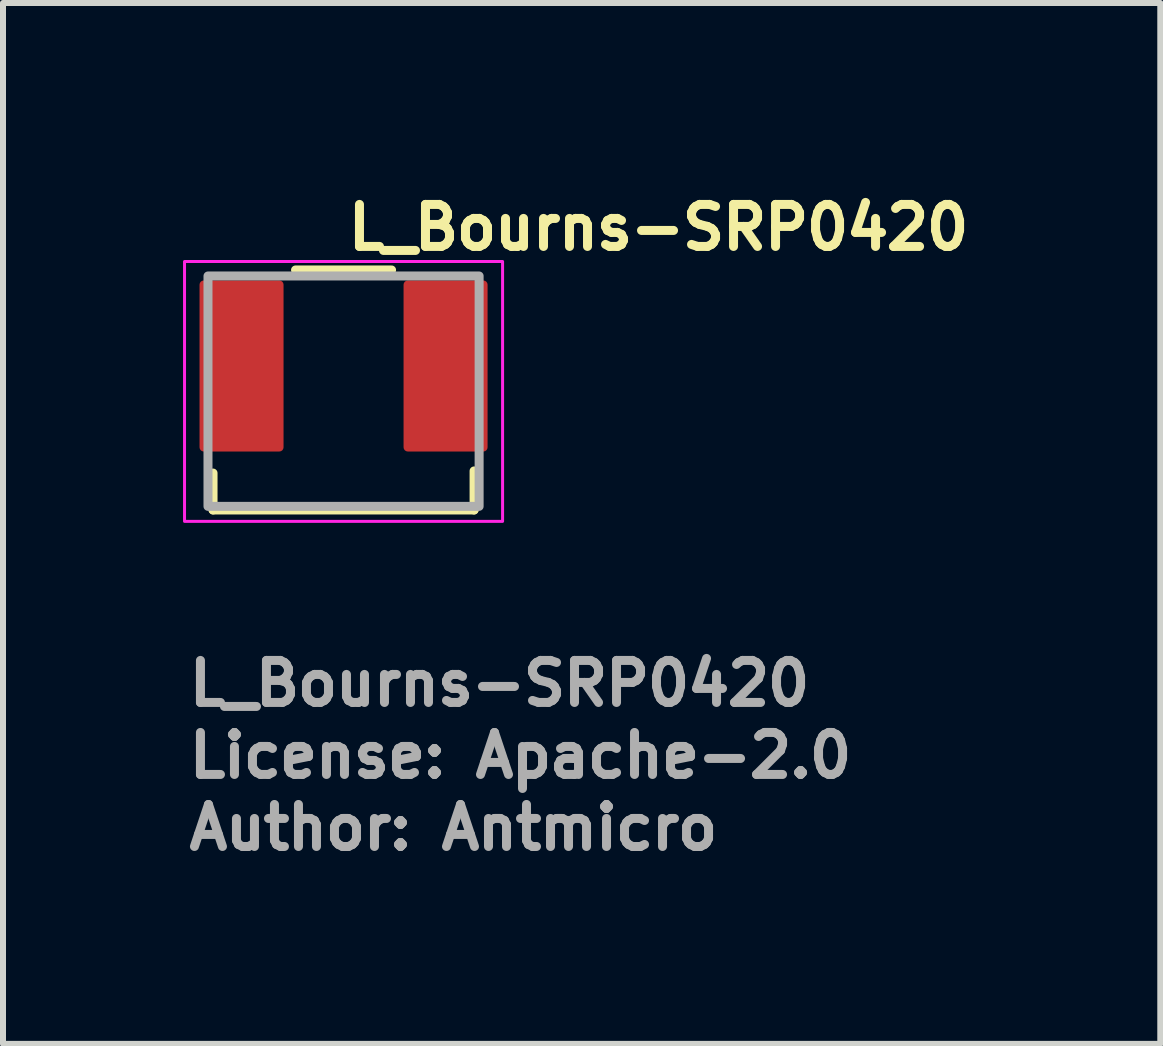
<source format=kicad_pcb>
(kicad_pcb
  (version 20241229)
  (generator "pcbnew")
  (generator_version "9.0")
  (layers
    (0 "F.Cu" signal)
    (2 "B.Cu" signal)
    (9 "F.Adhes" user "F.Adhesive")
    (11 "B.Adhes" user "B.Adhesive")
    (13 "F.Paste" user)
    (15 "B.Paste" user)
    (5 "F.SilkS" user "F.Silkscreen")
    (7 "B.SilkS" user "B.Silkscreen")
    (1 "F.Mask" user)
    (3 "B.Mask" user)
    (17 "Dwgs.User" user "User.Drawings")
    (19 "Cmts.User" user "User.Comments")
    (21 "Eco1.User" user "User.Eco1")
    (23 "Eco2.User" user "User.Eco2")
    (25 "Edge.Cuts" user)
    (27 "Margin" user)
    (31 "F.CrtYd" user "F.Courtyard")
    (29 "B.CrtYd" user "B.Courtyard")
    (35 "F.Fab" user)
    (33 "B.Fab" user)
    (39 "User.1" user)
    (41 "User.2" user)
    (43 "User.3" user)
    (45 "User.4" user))
  (footprint "L_Bourns-SRP0420"
    (layer "F.Cu")
    (at 2.675 3.468)
    (property "Reference" "L_Bourns-SRP0420" (at 0 -2.318 0) (layer "F.SilkS") (effects (font (size 0.7 0.7) (thickness 0.15)) (justify left bottom)))
    (attr smd)
    (fp_line (start -2.175 1.98) (end -2.175 1.365) (stroke (width 0.15) (type solid)) (layer "F.SilkS"))
    (fp_line (start -2.175 1.98) (end 2.175 1.98) (stroke (width 0.15) (type solid)) (layer "F.SilkS"))
    (fp_line (start 0.8 -2.019) (end -0.8 -2.019) (stroke (width 0.15) (type solid)) (layer "F.SilkS"))
    (fp_line (start 2.175 1.98) (end 2.175 1.33) (stroke (width 0.15) (type solid)) (layer "F.SilkS"))
    (fp_rect (start -2.65 -2.16) (end 2.65 2.17) (stroke (width 0.05) (type solid)) (fill no) (layer "F.CrtYd"))
    (fp_rect (start -2.259 -1.919) (end 2.259 1.92) (stroke (width 0.15) (type solid)) (fill no) (layer "F.Fab"))
    (fp_rect (start -2.259 -1.92) (end 2.259 1.92) (stroke (width 0.1) (type solid)) (fill no) (layer "User.5"))
    (fp_line (start -2.259 -1.704) (end -1.139 -1.704) (stroke (width 0.02) (type solid)) (layer "User.9"))
    (fp_line (start -2.259 0.865) (end -2.259 -1.704) (stroke (width 0.02) (type solid)) (layer "User.9"))
    (fp_line (start -2.259 0.865) (end -2.05 0.865) (stroke (width 0.02) (type solid)) (layer "User.9"))
    (fp_line (start -2.05 -1.118) (end -2.05 1.92) (stroke (width 0.02) (type solid)) (layer "User.9"))
    (fp_line (start -2.05 1.92) (end 2.05 1.92) (stroke (width 0.02) (type solid)) (layer "User.9"))
    (fp_line (start -1.5 -1.118) (end -2.05 -1.118) (stroke (width 0.02) (type solid)) (layer "User.9"))
    (fp_line (start -1.139 -1.695) (end -1.139 -1.704) (stroke (width 0.02) (type solid)) (layer "User.9"))
    (fp_line (start -1 -1.919) (end -1.5 -1.118) (stroke (width 0.02) (type solid)) (layer "User.9"))
    (fp_line (start 1 -1.919) (end -1 -1.919) (stroke (width 0.02) (type solid)) (layer "User.9"))
    (fp_line (start 1.139 -1.704) (end 2.259 -1.704) (stroke (width 0.02) (type solid)) (layer "User.9"))
    (fp_line (start 1.139 -1.695) (end 1.139 -1.704) (stroke (width 0.02) (type solid)) (layer "User.9"))
    (fp_line (start 1.5 -1.118) (end 1 -1.919) (stroke (width 0.02) (type solid)) (layer "User.9"))
    (fp_line (start 2.05 -1.118) (end 1.5 -1.118) (stroke (width 0.02) (type solid)) (layer "User.9"))
    (fp_line (start 2.05 0.865) (end 2.259 0.865) (stroke (width 0.02) (type solid)) (layer "User.9"))
    (fp_line (start 2.05 1.92) (end 2.05 -1.118) (stroke (width 0.02) (type solid)) (layer "User.9"))
    (fp_line (start 2.259 0.865) (end 2.259 -1.704) (stroke (width 0.02) (type solid)) (layer "User.9"))
    (fp_text user "${REFERENCE}" (at -2.65 5.281 0) (layer "F.Fab") (effects (font (size 0.7 0.7) (thickness 0.15)) (justify left bottom)))
    (fp_text user "License: Apache-2.0" (at -2.65 6.481 0) (layer "F.Fab") (effects (font (size 0.7 0.7) (thickness 0.15)) (justify left bottom)))
    (fp_text user "Author: Antmicro" (at -2.65 7.681 0) (layer "F.Fab") (effects (font (size 0.7 0.7) (thickness 0.15)) (justify left bottom)))
    (pad "1" smd roundrect (at -1.7 -0.419) (size 1.4 2.85) (layers "F.Cu" "F.Mask" "F.Paste") (roundrect_rratio 0.05))
    (pad "2" smd roundrect (at 1.7 -0.419) (size 1.4 2.85) (layers "F.Cu" "F.Mask" "F.Paste") (roundrect_rratio 0.05)))
  (gr_rect
    (start -3 -3)
    (end 16.285 14.345)
    (stroke (width 0.1) (type default))
    (fill no)
    (layer "Edge.Cuts")))
</source>
